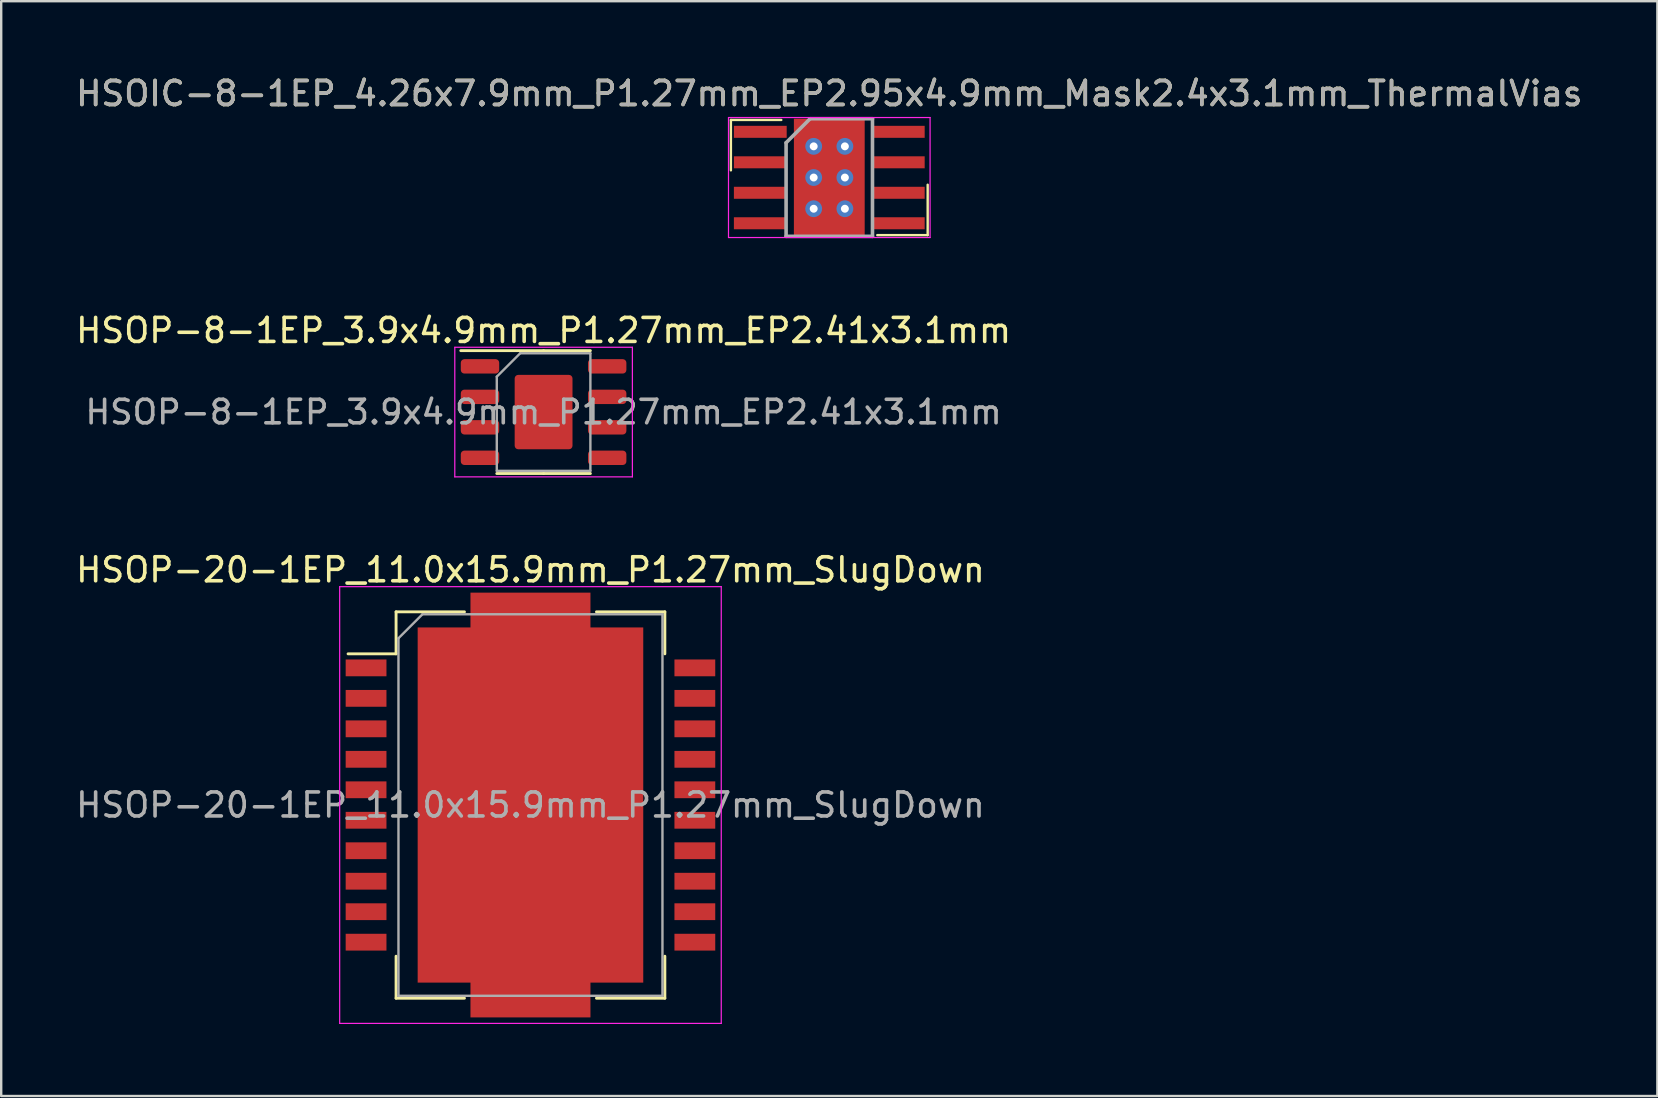
<source format=kicad_pcb>
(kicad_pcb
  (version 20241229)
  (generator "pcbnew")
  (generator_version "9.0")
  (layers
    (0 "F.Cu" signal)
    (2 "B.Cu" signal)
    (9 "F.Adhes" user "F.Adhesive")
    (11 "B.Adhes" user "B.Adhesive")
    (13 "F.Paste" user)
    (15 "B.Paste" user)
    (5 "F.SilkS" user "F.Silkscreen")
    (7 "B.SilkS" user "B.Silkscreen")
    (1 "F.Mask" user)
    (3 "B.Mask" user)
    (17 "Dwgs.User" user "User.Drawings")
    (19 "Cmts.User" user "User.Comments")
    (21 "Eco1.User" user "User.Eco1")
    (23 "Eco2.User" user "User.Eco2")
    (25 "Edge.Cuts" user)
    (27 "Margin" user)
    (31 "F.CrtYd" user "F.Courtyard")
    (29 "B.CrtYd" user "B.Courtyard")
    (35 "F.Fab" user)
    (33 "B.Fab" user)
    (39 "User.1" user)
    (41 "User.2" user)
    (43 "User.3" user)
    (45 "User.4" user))
  (footprint "HSOP-20-1EP_11.0x15.9mm_P1.27mm_SlugDown"
    (layer "F.Cu")
    (at 19.054 30.495)
    (property "Reference" "HSOP-20-1EP_11.0x15.9mm_P1.27mm_SlugDown" (at 0 -9.8 0) (layer "F.SilkS") (effects (font (size 1 1) (thickness 0.15))))
    (attr smd)
    (fp_line (start -5.6 -8.05) (end -5.6 -6.3) (stroke (width 0.12) (type solid)) (layer "F.SilkS"))
    (fp_line (start -5.6 -6.3) (end -7.6 -6.3) (stroke (width 0.12) (type solid)) (layer "F.SilkS"))
    (fp_line (start -5.6 8.05) (end -5.6 6.3) (stroke (width 0.12) (type solid)) (layer "F.SilkS"))
    (fp_line (start -2.75 -8.05) (end -5.6 -8.05) (stroke (width 0.12) (type solid)) (layer "F.SilkS"))
    (fp_line (start -2.75 8.05) (end -5.6 8.05) (stroke (width 0.12) (type solid)) (layer "F.SilkS"))
    (fp_line (start 5.6 -8.05) (end 2.75 -8.05) (stroke (width 0.12) (type solid)) (layer "F.SilkS"))
    (fp_line (start 5.6 -8.05) (end 5.6 -6.3) (stroke (width 0.12) (type solid)) (layer "F.SilkS"))
    (fp_line (start 5.6 8.05) (end 2.75 8.05) (stroke (width 0.12) (type solid)) (layer "F.SilkS"))
    (fp_line (start 5.6 8.05) (end 5.6 6.3) (stroke (width 0.12) (type solid)) (layer "F.SilkS"))
    (fp_line (start -7.95 -9.1) (end -7.95 9.1) (stroke (width 0.05) (type solid)) (layer "F.CrtYd"))
    (fp_line (start -7.95 -9.1) (end 7.95 -9.1) (stroke (width 0.05) (type solid)) (layer "F.CrtYd"))
    (fp_line (start 7.95 9.1) (end -7.95 9.1) (stroke (width 0.05) (type solid)) (layer "F.CrtYd"))
    (fp_line (start 7.95 9.1) (end 7.95 -9.1) (stroke (width 0.05) (type solid)) (layer "F.CrtYd"))
    (fp_line (start -5.5 -6.95) (end -5.5 7.95) (stroke (width 0.1) (type solid)) (layer "F.Fab"))
    (fp_line (start -5.5 7.95) (end 5.5 7.95) (stroke (width 0.1) (type solid)) (layer "F.Fab"))
    (fp_line (start -4.5 -7.95) (end -5.5 -6.95) (stroke (width 0.1) (type solid)) (layer "F.Fab"))
    (fp_line (start 5.5 -7.95) (end -4.5 -7.95) (stroke (width 0.1) (type solid)) (layer "F.Fab"))
    (fp_line (start 5.5 7.95) (end 5.5 -7.95) (stroke (width 0.1) (type solid)) (layer "F.Fab"))
    (fp_text user "${REFERENCE}" (at 0 0 0) (layer "F.Fab") (effects (font (size 1 1) (thickness 0.15))))
    (pad "1" smd rect (at -6.85 -5.715) (size 1.7 0.7) (layers "F.Cu" "F.Mask" "F.Paste"))
    (pad "2" smd rect (at -6.85 -4.445) (size 1.7 0.7) (layers "F.Cu" "F.Mask" "F.Paste"))
    (pad "3" smd rect (at -6.85 -3.175) (size 1.7 0.7) (layers "F.Cu" "F.Mask" "F.Paste"))
    (pad "4" smd rect (at -6.85 -1.905) (size 1.7 0.7) (layers "F.Cu" "F.Mask" "F.Paste"))
    (pad "5" smd rect (at -6.85 -0.635) (size 1.7 0.7) (layers "F.Cu" "F.Mask" "F.Paste"))
    (pad "6" smd rect (at -6.85 0.635) (size 1.7 0.7) (layers "F.Cu" "F.Mask" "F.Paste"))
    (pad "7" smd rect (at -6.85 1.905) (size 1.7 0.7) (layers "F.Cu" "F.Mask" "F.Paste"))
    (pad "8" smd rect (at -6.85 3.175) (size 1.7 0.7) (layers "F.Cu" "F.Mask" "F.Paste"))
    (pad "9" smd rect (at -6.85 4.445) (size 1.7 0.7) (layers "F.Cu" "F.Mask" "F.Paste"))
    (pad "10" smd rect (at -6.85 5.715) (size 1.7 0.7) (layers "F.Cu" "F.Mask" "F.Paste"))
    (pad "11" smd rect (at 6.85 5.715) (size 1.7 0.7) (layers "F.Cu" "F.Mask" "F.Paste"))
    (pad "12" smd rect (at 6.85 4.445) (size 1.7 0.7) (layers "F.Cu" "F.Mask" "F.Paste"))
    (pad "13" smd rect (at 6.85 3.175) (size 1.7 0.7) (layers "F.Cu" "F.Mask" "F.Paste"))
    (pad "14" smd rect (at 6.85 1.905) (size 1.7 0.7) (layers "F.Cu" "F.Mask" "F.Paste"))
    (pad "15" smd rect (at 6.85 0.635) (size 1.7 0.7) (layers "F.Cu" "F.Mask" "F.Paste"))
    (pad "16" smd rect (at 6.85 -0.635) (size 1.7 0.7) (layers "F.Cu" "F.Mask" "F.Paste"))
    (pad "17" smd rect (at 6.85 -1.905) (size 1.7 0.7) (layers "F.Cu" "F.Mask" "F.Paste"))
    (pad "18" smd rect (at 6.85 -3.175) (size 1.7 0.7) (layers "F.Cu" "F.Mask" "F.Paste"))
    (pad "19" smd rect (at 6.85 -4.445) (size 1.7 0.7) (layers "F.Cu" "F.Mask" "F.Paste"))
    (pad "20" smd rect (at 6.85 -5.715) (size 1.7 0.7) (layers "F.Cu" "F.Mask" "F.Paste"))
    (pad "21" smd custom (at 0 0) (size 9.4 14.8) (layers "F.Cu" "F.Mask" "F.Paste") (options (anchor rect)) (primitives (gr_poly (pts (xy -2.5 -8.85) (xy 2.5 -8.85) (xy 2.5 8.85) (xy -2.5 8.85)) (width 0) (fill yes)))))
  (footprint "HSOP-8-1EP_3.9x4.9mm_P1.27mm_EP2.41x3.1mm"
    (layer "F.Cu")
    (at 19.601 14.121)
    (property "Reference" "HSOP-8-1EP_3.9x4.9mm_P1.27mm_EP2.41x3.1mm" (at 0 -3.4 0) (layer "F.SilkS") (effects (font (size 1 1) (thickness 0.15))))
    (attr smd)
    (fp_line (start 0 -2.56) (end -3.45 -2.56) (stroke (width 0.12) (type solid)) (layer "F.SilkS"))
    (fp_line (start 0 -2.56) (end 1.95 -2.56) (stroke (width 0.12) (type solid)) (layer "F.SilkS"))
    (fp_line (start 0 2.56) (end -1.95 2.56) (stroke (width 0.12) (type solid)) (layer "F.SilkS"))
    (fp_line (start 0 2.56) (end 1.95 2.56) (stroke (width 0.12) (type solid)) (layer "F.SilkS"))
    (fp_line (start -3.7 -2.7) (end -3.7 2.7) (stroke (width 0.05) (type solid)) (layer "F.CrtYd"))
    (fp_line (start -3.7 2.7) (end 3.7 2.7) (stroke (width 0.05) (type solid)) (layer "F.CrtYd"))
    (fp_line (start 3.7 -2.7) (end -3.7 -2.7) (stroke (width 0.05) (type solid)) (layer "F.CrtYd"))
    (fp_line (start 3.7 2.7) (end 3.7 -2.7) (stroke (width 0.05) (type solid)) (layer "F.CrtYd"))
    (fp_line (start -1.95 -1.475) (end -0.975 -2.45) (stroke (width 0.1) (type solid)) (layer "F.Fab"))
    (fp_line (start -1.95 2.45) (end -1.95 -1.475) (stroke (width 0.1) (type solid)) (layer "F.Fab"))
    (fp_line (start -0.975 -2.45) (end 1.95 -2.45) (stroke (width 0.1) (type solid)) (layer "F.Fab"))
    (fp_line (start 1.95 -2.45) (end 1.95 2.45) (stroke (width 0.1) (type solid)) (layer "F.Fab"))
    (fp_line (start 1.95 2.45) (end -1.95 2.45) (stroke (width 0.1) (type solid)) (layer "F.Fab"))
    (fp_text user "${REFERENCE}" (at 0 0 0) (layer "F.Fab") (effects (font (size 0.98 0.98) (thickness 0.15))))
    (pad "" smd roundrect (at -0.6 -0.775) (size 0.97 1.25) (layers "F.Paste") (roundrect_rratio 0.25))
    (pad "" smd roundrect (at -0.6 0.775) (size 0.97 1.25) (layers "F.Paste") (roundrect_rratio 0.25))
    (pad "" smd roundrect (at 0.6 -0.775) (size 0.97 1.25) (layers "F.Paste") (roundrect_rratio 0.25))
    (pad "" smd roundrect (at 0.6 0.775) (size 0.97 1.25) (layers "F.Paste") (roundrect_rratio 0.25))
    (pad "1" smd roundrect (at -2.65 -1.905) (size 1.6 0.6) (layers "F.Cu" "F.Mask" "F.Paste") (roundrect_rratio 0.25))
    (pad "2" smd roundrect (at -2.65 -0.635) (size 1.6 0.6) (layers "F.Cu" "F.Mask" "F.Paste") (roundrect_rratio 0.25))
    (pad "3" smd roundrect (at -2.65 0.635) (size 1.6 0.6) (layers "F.Cu" "F.Mask" "F.Paste") (roundrect_rratio 0.25))
    (pad "4" smd roundrect (at -2.65 1.905) (size 1.6 0.6) (layers "F.Cu" "F.Mask" "F.Paste") (roundrect_rratio 0.25))
    (pad "5" smd roundrect (at 2.65 1.905) (size 1.6 0.6) (layers "F.Cu" "F.Mask" "F.Paste") (roundrect_rratio 0.25))
    (pad "6" smd roundrect (at 2.65 0.635) (size 1.6 0.6) (layers "F.Cu" "F.Mask" "F.Paste") (roundrect_rratio 0.25))
    (pad "7" smd roundrect (at 2.65 -0.635) (size 1.6 0.6) (layers "F.Cu" "F.Mask" "F.Paste") (roundrect_rratio 0.25))
    (pad "8" smd roundrect (at 2.65 -1.905) (size 1.6 0.6) (layers "F.Cu" "F.Mask" "F.Paste") (roundrect_rratio 0.25))
    (pad "9" smd roundrect (at 0 0) (size 2.41 3.1) (layers "F.Cu" "F.Mask") (roundrect_rratio 0.062)))
  (footprint "HSOIC-8-1EP_4.26x7.9mm_P1.27mm_EP2.95x4.9mm_Mask2.4x3.1mm_ThermalVias"
    (layer "F.Cu")
    (at 31.506 4.348)
    (property "Reference" "HSOIC-8-1EP_4.26x7.9mm_P1.27mm_EP2.95x4.9mm_Mask2.4x3.1mm_ThermalVias" (at 0 -3.5 0) (layer "F.SilkS") (effects (font (size 1 1) (thickness 0.15))))
    (attr smd)
    (fp_line (start -4.1 -2.4) (end -2 -2.4) (stroke (width 0.1) (type solid)) (layer "F.SilkS"))
    (fp_line (start -4.1 -0.3) (end -4.1 -2.4) (stroke (width 0.1) (type solid)) (layer "F.SilkS"))
    (fp_line (start 4.1 0.3) (end 4.1 2.4) (stroke (width 0.1) (type solid)) (layer "F.SilkS"))
    (fp_line (start 4.1 2.4) (end 2 2.4) (stroke (width 0.1) (type solid)) (layer "F.SilkS"))
    (fp_line (start -4.2 -2.5) (end 4.2 -2.5) (stroke (width 0.05) (type solid)) (layer "F.CrtYd"))
    (fp_line (start -4.2 2.5) (end -4.2 -2.5) (stroke (width 0.05) (type solid)) (layer "F.CrtYd"))
    (fp_line (start 4.2 -2.5) (end 4.2 2.5) (stroke (width 0.05) (type solid)) (layer "F.CrtYd"))
    (fp_line (start 4.2 2.5) (end -4.2 2.5) (stroke (width 0.05) (type solid)) (layer "F.CrtYd"))
    (fp_line (start -1.8 -1.45) (end -0.8 -2.45) (stroke (width 0.15) (type solid)) (layer "F.Fab"))
    (fp_line (start -1.8 2.45) (end -1.8 -1.45) (stroke (width 0.15) (type solid)) (layer "F.Fab"))
    (fp_line (start -0.8 -2.45) (end 1.8 -2.45) (stroke (width 0.15) (type solid)) (layer "F.Fab"))
    (fp_line (start 1.8 -2.45) (end 1.8 2.45) (stroke (width 0.15) (type solid)) (layer "F.Fab"))
    (fp_line (start 1.8 2.45) (end -1.8 2.45) (stroke (width 0.15) (type solid)) (layer "F.Fab"))
    (fp_text user "${REFERENCE}" (at 0 -3.5 0) (layer "F.Fab") (effects (font (size 1 1) (thickness 0.15))))
    (pad "" smd rect (at 0 0) (size 2.4 3.1) (layers "F.Mask"))
    (pad "1" smd rect (at -2.875 -1.905) (size 2.2 0.5) (layers "F.Cu" "F.Mask" "F.Paste"))
    (pad "2" smd rect (at -2.875 -0.635) (size 2.2 0.5) (layers "F.Cu" "F.Mask" "F.Paste"))
    (pad "3" smd rect (at -2.875 0.635) (size 2.2 0.5) (layers "F.Cu" "F.Mask" "F.Paste"))
    (pad "4" smd rect (at -2.875 1.905) (size 2.2 0.5) (layers "F.Cu" "F.Mask" "F.Paste"))
    (pad "5" smd rect (at 2.875 1.905) (size 2.2 0.5) (layers "F.Cu" "F.Mask" "F.Paste"))
    (pad "6" smd rect (at 2.875 0.635) (size 2.2 0.5) (layers "F.Cu" "F.Mask" "F.Paste"))
    (pad "7" smd rect (at 2.875 -0.635) (size 2.2 0.5) (layers "F.Cu" "F.Mask" "F.Paste"))
    (pad "8" smd rect (at 2.875 -1.905) (size 2.2 0.5) (layers "F.Cu" "F.Mask" "F.Paste"))
    (pad "9" thru_hole circle (at -0.65 -1.3) (size 0.7 0.7) (drill 0.33) (layers "*.Cu" "*.Mask"))
    (pad "9" thru_hole circle (at -0.65 0) (size 0.7 0.7) (drill 0.33) (layers "*.Cu" "*.Mask"))
    (pad "9" thru_hole circle (at -0.65 1.3) (size 0.7 0.7) (drill 0.33) (layers "*.Cu" "*.Mask"))
    (pad "9" smd rect (at 0 0) (size 2.95 4.9) (layers "F.Cu" "F.Paste"))
    (pad "9" thru_hole circle (at 0.65 -1.3) (size 0.7 0.7) (drill 0.33) (layers "*.Cu" "*.Mask"))
    (pad "9" thru_hole circle (at 0.65 0) (size 0.7 0.7) (drill 0.33) (layers "*.Cu" "*.Mask"))
    (pad "9" thru_hole circle (at 0.65 1.3) (size 0.7 0.7) (drill 0.33) (layers "*.Cu" "*.Mask")))
  (gr_rect
    (start -3 -3)
    (end 66.012 42.62)
    (stroke (width 0.1) (type default))
    (fill no)
    (layer "Edge.Cuts")))
</source>
